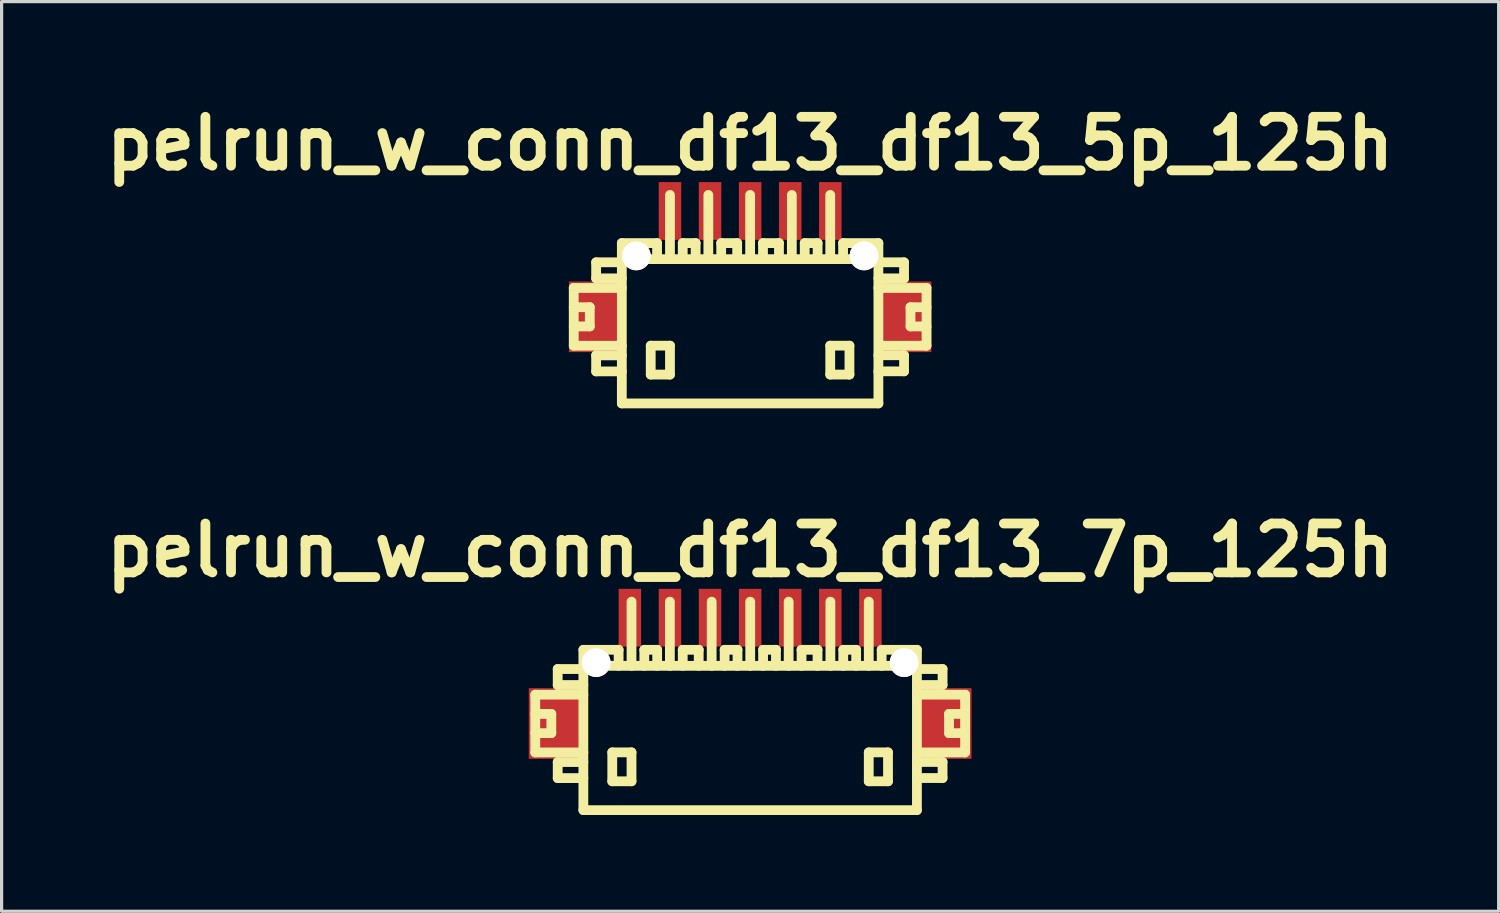
<source format=kicad_pcb>
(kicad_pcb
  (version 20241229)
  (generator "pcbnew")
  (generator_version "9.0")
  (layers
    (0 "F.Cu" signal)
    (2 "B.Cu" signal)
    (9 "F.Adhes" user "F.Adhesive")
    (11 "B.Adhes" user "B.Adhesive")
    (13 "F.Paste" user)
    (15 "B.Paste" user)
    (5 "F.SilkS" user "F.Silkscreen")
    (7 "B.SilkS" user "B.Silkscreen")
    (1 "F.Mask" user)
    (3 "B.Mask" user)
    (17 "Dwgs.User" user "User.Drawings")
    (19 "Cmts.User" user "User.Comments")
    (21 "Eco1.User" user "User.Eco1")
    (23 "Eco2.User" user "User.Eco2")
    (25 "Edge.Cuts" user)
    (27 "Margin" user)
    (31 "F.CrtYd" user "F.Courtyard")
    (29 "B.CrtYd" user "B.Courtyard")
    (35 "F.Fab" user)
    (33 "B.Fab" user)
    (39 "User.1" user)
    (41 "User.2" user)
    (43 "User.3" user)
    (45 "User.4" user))
  (footprint "pelrun_w_conn_df13_df13_7p_125h"
    (layer "F.Cu")
    (at 20.335 19.706)
    (property "Reference" "pelrun_w_conn_df13_df13_7p_125h" (at 0 -5.601 0) (layer "F.SilkS") (effects (font (size 1.524 1.524) (thickness 0.305))))
    (attr through_hole)
    (fp_line (start -6.698 -1.1) (end -6.698 0.701) (stroke (width 0.305) (type solid)) (layer "F.SilkS"))
    (fp_line (start -6.698 0.701) (end -5.199 0.701) (stroke (width 0.305) (type solid)) (layer "F.SilkS"))
    (fp_line (start -6.198 -0.5) (end -6.698 -0.5) (stroke (width 0.305) (type solid)) (layer "F.SilkS"))
    (fp_line (start -6.198 0.099) (end -6.698 0.099) (stroke (width 0.305) (type solid)) (layer "F.SilkS"))
    (fp_line (start -6.198 0.099) (end -6.198 -0.5) (stroke (width 0.305) (type solid)) (layer "F.SilkS"))
    (fp_line (start -5.999 -1.9) (end -5.999 -1.4) (stroke (width 0.305) (type solid)) (layer "F.SilkS"))
    (fp_line (start -5.999 -1.9) (end -5.199 -1.9) (stroke (width 0.305) (type solid)) (layer "F.SilkS"))
    (fp_line (start -5.999 1.001) (end -5.999 1.501) (stroke (width 0.305) (type solid)) (layer "F.SilkS"))
    (fp_line (start -5.999 1.501) (end -5.199 1.501) (stroke (width 0.305) (type solid)) (layer "F.SilkS"))
    (fp_line (start -5.199 -1.999) (end 5.199 -1.999) (stroke (width 0.305) (type solid)) (layer "F.SilkS"))
    (fp_line (start -5.199 -1.4) (end -5.999 -1.4) (stroke (width 0.305) (type solid)) (layer "F.SilkS"))
    (fp_line (start -5.199 -1.1) (end -6.698 -1.1) (stroke (width 0.305) (type solid)) (layer "F.SilkS"))
    (fp_line (start -5.199 1.001) (end -5.999 1.001) (stroke (width 0.305) (type solid)) (layer "F.SilkS"))
    (fp_line (start -5.199 2.499) (end -5.199 -2.499) (stroke (width 0.305) (type solid)) (layer "F.SilkS"))
    (fp_line (start -5.199 2.499) (end 5.199 2.499) (stroke (width 0.305) (type solid)) (layer "F.SilkS"))
    (fp_line (start -4.298 0.699) (end -4.298 1.6) (stroke (width 0.305) (type solid)) (layer "F.SilkS"))
    (fp_line (start -4.298 1.6) (end -3.698 1.6) (stroke (width 0.305) (type solid)) (layer "F.SilkS"))
    (fp_line (start -4.1 -2.499) (end -5.199 -2.499) (stroke (width 0.305) (type solid)) (layer "F.SilkS"))
    (fp_line (start -4.1 -2.499) (end -4.1 -1.999) (stroke (width 0.305) (type solid)) (layer "F.SilkS"))
    (fp_line (start -3.698 -4) (end -3.698 -1.999) (stroke (width 0.305) (type solid)) (layer "F.SilkS"))
    (fp_line (start -3.698 0.699) (end -4.298 0.699) (stroke (width 0.305) (type solid)) (layer "F.SilkS"))
    (fp_line (start -3.698 1.6) (end -3.698 0.699) (stroke (width 0.305) (type solid)) (layer "F.SilkS"))
    (fp_line (start -3.299 -2.499) (end -3.299 -1.999) (stroke (width 0.305) (type solid)) (layer "F.SilkS"))
    (fp_line (start -2.898 -2.499) (end -3.299 -2.499) (stroke (width 0.305) (type solid)) (layer "F.SilkS"))
    (fp_line (start -2.898 -2.499) (end -2.898 -1.999) (stroke (width 0.305) (type solid)) (layer "F.SilkS"))
    (fp_line (start -2.502 -1.999) (end -2.502 -4) (stroke (width 0.305) (type solid)) (layer "F.SilkS"))
    (fp_line (start -2.103 -2.499) (end -1.603 -2.499) (stroke (width 0.305) (type solid)) (layer "F.SilkS"))
    (fp_line (start -2.101 -1.999) (end -2.101 -2.499) (stroke (width 0.305) (type solid)) (layer "F.SilkS"))
    (fp_line (start -1.603 -2.499) (end -1.603 -1.999) (stroke (width 0.305) (type solid)) (layer "F.SilkS"))
    (fp_line (start -1.199 -1.999) (end -1.199 -4) (stroke (width 0.305) (type solid)) (layer "F.SilkS"))
    (fp_line (start -0.795 -2.499) (end -0.795 -1.999) (stroke (width 0.305) (type solid)) (layer "F.SilkS"))
    (fp_line (start -0.394 -2.499) (end -0.795 -2.499) (stroke (width 0.305) (type solid)) (layer "F.SilkS"))
    (fp_line (start -0.394 -2.499) (end -0.394 -1.999) (stroke (width 0.305) (type solid)) (layer "F.SilkS"))
    (fp_line (start 0.003 -1.999) (end 0.003 -4) (stroke (width 0.305) (type solid)) (layer "F.SilkS"))
    (fp_line (start 0.404 -2.499) (end 0.404 -1.999) (stroke (width 0.305) (type solid)) (layer "F.SilkS"))
    (fp_line (start 0.805 -2.499) (end 0.404 -2.499) (stroke (width 0.305) (type solid)) (layer "F.SilkS"))
    (fp_line (start 0.805 -2.499) (end 0.805 -1.999) (stroke (width 0.305) (type solid)) (layer "F.SilkS"))
    (fp_line (start 1.201 -1.999) (end 1.201 -4) (stroke (width 0.305) (type solid)) (layer "F.SilkS"))
    (fp_line (start 1.6 -2.499) (end 2.101 -2.499) (stroke (width 0.305) (type solid)) (layer "F.SilkS"))
    (fp_line (start 1.603 -1.999) (end 1.603 -2.499) (stroke (width 0.305) (type solid)) (layer "F.SilkS"))
    (fp_line (start 2.101 -2.499) (end 2.101 -1.999) (stroke (width 0.305) (type solid)) (layer "F.SilkS"))
    (fp_line (start 2.502 -1.999) (end 2.502 -4) (stroke (width 0.305) (type solid)) (layer "F.SilkS"))
    (fp_line (start 2.903 -2.499) (end 2.903 -1.999) (stroke (width 0.305) (type solid)) (layer "F.SilkS"))
    (fp_line (start 3.305 -2.499) (end 2.903 -2.499) (stroke (width 0.305) (type solid)) (layer "F.SilkS"))
    (fp_line (start 3.305 -2.499) (end 3.305 -1.999) (stroke (width 0.305) (type solid)) (layer "F.SilkS"))
    (fp_line (start 3.698 -1.999) (end 3.698 -4) (stroke (width 0.305) (type solid)) (layer "F.SilkS"))
    (fp_line (start 3.698 0.699) (end 4.298 0.699) (stroke (width 0.305) (type solid)) (layer "F.SilkS"))
    (fp_line (start 3.698 1.6) (end 3.698 0.699) (stroke (width 0.305) (type solid)) (layer "F.SilkS"))
    (fp_line (start 4.1 -2.499) (end 4.1 -1.999) (stroke (width 0.305) (type solid)) (layer "F.SilkS"))
    (fp_line (start 4.298 0.699) (end 4.298 1.6) (stroke (width 0.305) (type solid)) (layer "F.SilkS"))
    (fp_line (start 4.298 1.6) (end 3.698 1.6) (stroke (width 0.305) (type solid)) (layer "F.SilkS"))
    (fp_line (start 5.199 -2.499) (end 4.1 -2.499) (stroke (width 0.305) (type solid)) (layer "F.SilkS"))
    (fp_line (start 5.199 -2.499) (end 5.199 2.499) (stroke (width 0.305) (type solid)) (layer "F.SilkS"))
    (fp_line (start 5.199 -1.9) (end 5.999 -1.9) (stroke (width 0.305) (type solid)) (layer "F.SilkS"))
    (fp_line (start 5.199 0.998) (end 5.999 0.998) (stroke (width 0.305) (type solid)) (layer "F.SilkS"))
    (fp_line (start 5.999 -1.9) (end 5.999 -1.4) (stroke (width 0.305) (type solid)) (layer "F.SilkS"))
    (fp_line (start 5.999 -1.4) (end 5.199 -1.4) (stroke (width 0.305) (type solid)) (layer "F.SilkS"))
    (fp_line (start 5.999 0.998) (end 5.999 1.499) (stroke (width 0.305) (type solid)) (layer "F.SilkS"))
    (fp_line (start 5.999 1.499) (end 5.199 1.499) (stroke (width 0.305) (type solid)) (layer "F.SilkS"))
    (fp_line (start 6.2 0.099) (end 6.2 -0.5) (stroke (width 0.305) (type solid)) (layer "F.SilkS"))
    (fp_line (start 6.698 -1.1) (end 5.199 -1.1) (stroke (width 0.305) (type solid)) (layer "F.SilkS"))
    (fp_line (start 6.698 0.701) (end 5.298 0.701) (stroke (width 0.305) (type solid)) (layer "F.SilkS"))
    (fp_line (start 6.701 -1.1) (end 6.701 0.701) (stroke (width 0.305) (type solid)) (layer "F.SilkS"))
    (fp_line (start 6.701 -0.5) (end 6.2 -0.5) (stroke (width 0.305) (type solid)) (layer "F.SilkS"))
    (fp_line (start 6.701 0.099) (end 6.2 0.099) (stroke (width 0.305) (type solid)) (layer "F.SilkS"))
    (pad "" smd rect (at -6.101 -0.201) (size 1.6 2.2) (layers "F.Cu" "F.Mask" "F.Paste"))
    (pad "" np_thru_hole circle (at -4.801 -2.101) (size 0.899 0.899) (drill 0.899) (layers "*.Cu" "*.Mask" "F.SilkS"))
    (pad "" np_thru_hole circle (at 4.801 -2.101) (size 0.899 0.899) (drill 0.899) (layers "*.Cu" "*.Mask" "F.SilkS"))
    (pad "" smd rect (at 6.101 -0.201) (size 1.6 2.2) (layers "F.Cu" "F.Mask" "F.Paste"))
    (pad "1" smd rect (at 3.749 -3.5) (size 0.701 1.801) (layers "F.Cu" "F.Mask" "F.Paste"))
    (pad "2" smd rect (at 2.499 -3.5) (size 0.701 1.801) (layers "F.Cu" "F.Mask" "F.Paste"))
    (pad "3" smd rect (at 1.25 -3.5) (size 0.701 1.801) (layers "F.Cu" "F.Mask" "F.Paste"))
    (pad "4" smd rect (at 0 -3.5) (size 0.701 1.801) (layers "F.Cu" "F.Mask" "F.Paste"))
    (pad "5" smd rect (at -1.25 -3.5) (size 0.701 1.801) (layers "F.Cu" "F.Mask" "F.Paste"))
    (pad "6" smd rect (at -2.499 -3.5) (size 0.701 1.801) (layers "F.Cu" "F.Mask" "F.Paste"))
    (pad "7" smd rect (at -3.749 -3.5) (size 0.701 1.801) (layers "F.Cu" "F.Mask" "F.Paste")))
  (footprint "pelrun_w_conn_df13_df13_5p_125h"
    (layer "F.Cu")
    (at 20.335 7.027)
    (property "Reference" "pelrun_w_conn_df13_df13_5p_125h" (at 0 -5.601 0) (layer "F.SilkS") (effects (font (size 1.524 1.524) (thickness 0.305))))
    (attr through_hole)
    (fp_line (start -5.499 -1.1) (end -5.499 0.701) (stroke (width 0.305) (type solid)) (layer "F.SilkS"))
    (fp_line (start -5.499 0.701) (end -4 0.701) (stroke (width 0.305) (type solid)) (layer "F.SilkS"))
    (fp_line (start -4.999 -0.5) (end -5.499 -0.5) (stroke (width 0.305) (type solid)) (layer "F.SilkS"))
    (fp_line (start -4.999 0.099) (end -5.499 0.099) (stroke (width 0.305) (type solid)) (layer "F.SilkS"))
    (fp_line (start -4.999 0.099) (end -4.999 -0.5) (stroke (width 0.305) (type solid)) (layer "F.SilkS"))
    (fp_line (start -4.801 -1.9) (end -4.801 -1.4) (stroke (width 0.305) (type solid)) (layer "F.SilkS"))
    (fp_line (start -4.801 -1.9) (end -4 -1.9) (stroke (width 0.305) (type solid)) (layer "F.SilkS"))
    (fp_line (start -4.801 1.001) (end -4.801 1.501) (stroke (width 0.305) (type solid)) (layer "F.SilkS"))
    (fp_line (start -4.801 1.501) (end -4 1.501) (stroke (width 0.305) (type solid)) (layer "F.SilkS"))
    (fp_line (start -4 -1.4) (end -4.801 -1.4) (stroke (width 0.305) (type solid)) (layer "F.SilkS"))
    (fp_line (start -4 -1.1) (end -5.499 -1.1) (stroke (width 0.305) (type solid)) (layer "F.SilkS"))
    (fp_line (start -4 1.001) (end -4.801 1.001) (stroke (width 0.305) (type solid)) (layer "F.SilkS"))
    (fp_line (start -4 2.499) (end -4 -2.499) (stroke (width 0.305) (type solid)) (layer "F.SilkS"))
    (fp_line (start -4 2.499) (end 4 2.499) (stroke (width 0.305) (type solid)) (layer "F.SilkS"))
    (fp_line (start -3.099 0.699) (end -3.099 1.6) (stroke (width 0.305) (type solid)) (layer "F.SilkS"))
    (fp_line (start -3.099 1.6) (end -2.499 1.6) (stroke (width 0.305) (type solid)) (layer "F.SilkS"))
    (fp_line (start -2.901 -2.499) (end -4 -2.499) (stroke (width 0.305) (type solid)) (layer "F.SilkS"))
    (fp_line (start -2.901 -2.499) (end -2.901 -1.999) (stroke (width 0.305) (type solid)) (layer "F.SilkS"))
    (fp_line (start -2.499 -4) (end -2.499 -1.999) (stroke (width 0.305) (type solid)) (layer "F.SilkS"))
    (fp_line (start -2.499 0.699) (end -3.099 0.699) (stroke (width 0.305) (type solid)) (layer "F.SilkS"))
    (fp_line (start -2.499 1.6) (end -2.499 0.699) (stroke (width 0.305) (type solid)) (layer "F.SilkS"))
    (fp_line (start -2.101 -2.499) (end -2.101 -1.999) (stroke (width 0.305) (type solid)) (layer "F.SilkS"))
    (fp_line (start -1.699 -2.499) (end -2.101 -2.499) (stroke (width 0.305) (type solid)) (layer "F.SilkS"))
    (fp_line (start -1.699 -2.499) (end -1.699 -1.999) (stroke (width 0.305) (type solid)) (layer "F.SilkS"))
    (fp_line (start -1.303 -1.999) (end -1.303 -4) (stroke (width 0.305) (type solid)) (layer "F.SilkS"))
    (fp_line (start -0.904 -2.499) (end -0.404 -2.499) (stroke (width 0.305) (type solid)) (layer "F.SilkS"))
    (fp_line (start -0.902 -1.999) (end -0.902 -2.499) (stroke (width 0.305) (type solid)) (layer "F.SilkS"))
    (fp_line (start -0.404 -2.499) (end -0.404 -1.999) (stroke (width 0.305) (type solid)) (layer "F.SilkS"))
    (fp_line (start 0 -1.999) (end 0 -4) (stroke (width 0.305) (type solid)) (layer "F.SilkS"))
    (fp_line (start 0.399 -2.499) (end 0.899 -2.499) (stroke (width 0.305) (type solid)) (layer "F.SilkS"))
    (fp_line (start 0.401 -1.999) (end 0.401 -2.499) (stroke (width 0.305) (type solid)) (layer "F.SilkS"))
    (fp_line (start 0.899 -2.499) (end 0.899 -1.999) (stroke (width 0.305) (type solid)) (layer "F.SilkS"))
    (fp_line (start 1.3 -1.999) (end 1.3 -4) (stroke (width 0.305) (type solid)) (layer "F.SilkS"))
    (fp_line (start 1.702 -2.499) (end 1.702 -1.999) (stroke (width 0.305) (type solid)) (layer "F.SilkS"))
    (fp_line (start 2.103 -2.499) (end 1.702 -2.499) (stroke (width 0.305) (type solid)) (layer "F.SilkS"))
    (fp_line (start 2.103 -2.499) (end 2.103 -1.999) (stroke (width 0.305) (type solid)) (layer "F.SilkS"))
    (fp_line (start 2.497 -1.999) (end 2.497 -4) (stroke (width 0.305) (type solid)) (layer "F.SilkS"))
    (fp_line (start 2.497 0.699) (end 3.096 0.699) (stroke (width 0.305) (type solid)) (layer "F.SilkS"))
    (fp_line (start 2.497 1.6) (end 2.497 0.699) (stroke (width 0.305) (type solid)) (layer "F.SilkS"))
    (fp_line (start 2.898 -2.499) (end 2.898 -1.999) (stroke (width 0.305) (type solid)) (layer "F.SilkS"))
    (fp_line (start 3.096 0.699) (end 3.096 1.6) (stroke (width 0.305) (type solid)) (layer "F.SilkS"))
    (fp_line (start 3.096 1.6) (end 2.497 1.6) (stroke (width 0.305) (type solid)) (layer "F.SilkS"))
    (fp_line (start 3.998 -2.499) (end 2.898 -2.499) (stroke (width 0.305) (type solid)) (layer "F.SilkS"))
    (fp_line (start 3.998 -2.499) (end 3.998 2.499) (stroke (width 0.305) (type solid)) (layer "F.SilkS"))
    (fp_line (start 3.998 -1.9) (end 4.798 -1.9) (stroke (width 0.305) (type solid)) (layer "F.SilkS"))
    (fp_line (start 3.998 0.998) (end 4.798 0.998) (stroke (width 0.305) (type solid)) (layer "F.SilkS"))
    (fp_line (start 4 -1.999) (end -4 -1.999) (stroke (width 0.305) (type solid)) (layer "F.SilkS"))
    (fp_line (start 4.798 -1.9) (end 4.798 -1.4) (stroke (width 0.305) (type solid)) (layer "F.SilkS"))
    (fp_line (start 4.798 -1.4) (end 3.998 -1.4) (stroke (width 0.305) (type solid)) (layer "F.SilkS"))
    (fp_line (start 4.798 0.998) (end 4.798 1.499) (stroke (width 0.305) (type solid)) (layer "F.SilkS"))
    (fp_line (start 4.798 1.499) (end 3.998 1.499) (stroke (width 0.305) (type solid)) (layer "F.SilkS"))
    (fp_line (start 4.999 0.099) (end 4.999 -0.5) (stroke (width 0.305) (type solid)) (layer "F.SilkS"))
    (fp_line (start 5.497 -1.1) (end 3.998 -1.1) (stroke (width 0.305) (type solid)) (layer "F.SilkS"))
    (fp_line (start 5.497 0.701) (end 4.097 0.701) (stroke (width 0.305) (type solid)) (layer "F.SilkS"))
    (fp_line (start 5.499 -1.1) (end 5.499 0.701) (stroke (width 0.305) (type solid)) (layer "F.SilkS"))
    (fp_line (start 5.499 -0.5) (end 4.999 -0.5) (stroke (width 0.305) (type solid)) (layer "F.SilkS"))
    (fp_line (start 5.499 0.099) (end 4.999 0.099) (stroke (width 0.305) (type solid)) (layer "F.SilkS"))
    (pad "" smd rect (at -4.849 -0.201) (size 1.6 2.2) (layers "F.Cu" "F.Mask" "F.Paste"))
    (pad "" np_thru_hole circle (at -3.551 -2.101) (size 0.899 0.899) (drill 0.899) (layers "*.Cu" "*.Mask" "F.SilkS"))
    (pad "" np_thru_hole circle (at 3.551 -2.101) (size 0.899 0.899) (drill 0.899) (layers "*.Cu" "*.Mask" "F.SilkS"))
    (pad "" smd rect (at 4.849 -0.201) (size 1.6 2.2) (layers "F.Cu" "F.Mask" "F.Paste"))
    (pad "1" smd rect (at 2.499 -3.5) (size 0.701 1.801) (layers "F.Cu" "F.Mask" "F.Paste"))
    (pad "2" smd rect (at 1.25 -3.5) (size 0.701 1.801) (layers "F.Cu" "F.Mask" "F.Paste"))
    (pad "3" smd rect (at 0 -3.5) (size 0.701 1.801) (layers "F.Cu" "F.Mask" "F.Paste"))
    (pad "4" smd rect (at -1.25 -3.5) (size 0.701 1.801) (layers "F.Cu" "F.Mask" "F.Paste"))
    (pad "5" smd rect (at -2.499 -3.5) (size 0.701 1.801) (layers "F.Cu" "F.Mask" "F.Paste")))
  (gr_rect
    (start -3 -3)
    (end 43.669 25.358)
    (stroke (width 0.1) (type default))
    (fill no)
    (layer "Edge.Cuts")))
</source>
